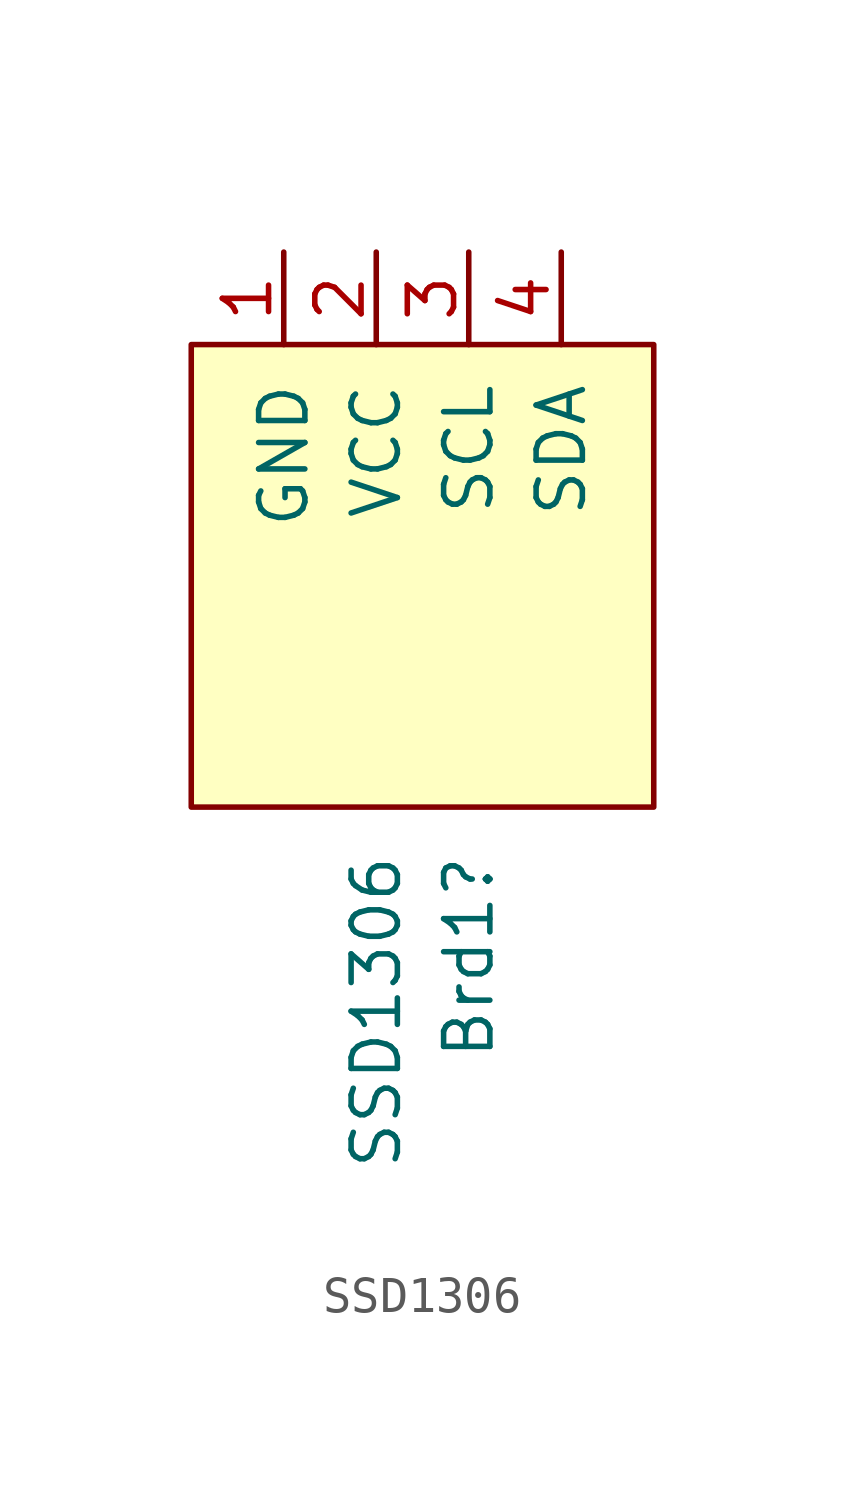
<source format=kicad_sym>
(kicad_symbol_lib
  (version 20220914)
  (generator kicad_symbol_editor)
  (symbol "SSD1306"
    (pin_names
      (offset 1.016))
    (property "Reference" "Brd1"
      (at 1.27 -7.62 90)
      (effects (font (size 1.27 1.27)) (justify right)))
    (property "Value" "SSD1306"
      (at -1.27 -7.62 90)
      (effects (font (size 1.27 1.27)) (justify right)))
    (symbol "SSD1306_0_1"
      (rectangle (start -6.35 6.35) (end 6.35 -6.35) (stroke (width 0) (type solid)) (fill (type background))))
    (symbol "SSD1306_1_1"
      (pin input line (at -3.81 8.89 270) (length 2.54) (name "GND" (effects (font (size 1.27 1.27)))) (number "1" (effects (font (size 1.27 1.27)))))
      (pin input line (at -1.27 8.89 270) (length 2.54) (name "VCC" (effects (font (size 1.27 1.27)))) (number "2" (effects (font (size 1.27 1.27)))))
      (pin input line (at 1.27 8.89 270) (length 2.54) (name "SCL" (effects (font (size 1.27 1.27)))) (number "3" (effects (font (size 1.27 1.27)))))
      (pin input line (at 3.81 8.89 270) (length 2.54) (name "SDA" (effects (font (size 1.27 1.27)))) (number "4" (effects (font (size 1.27 1.27))))))))
</source>
